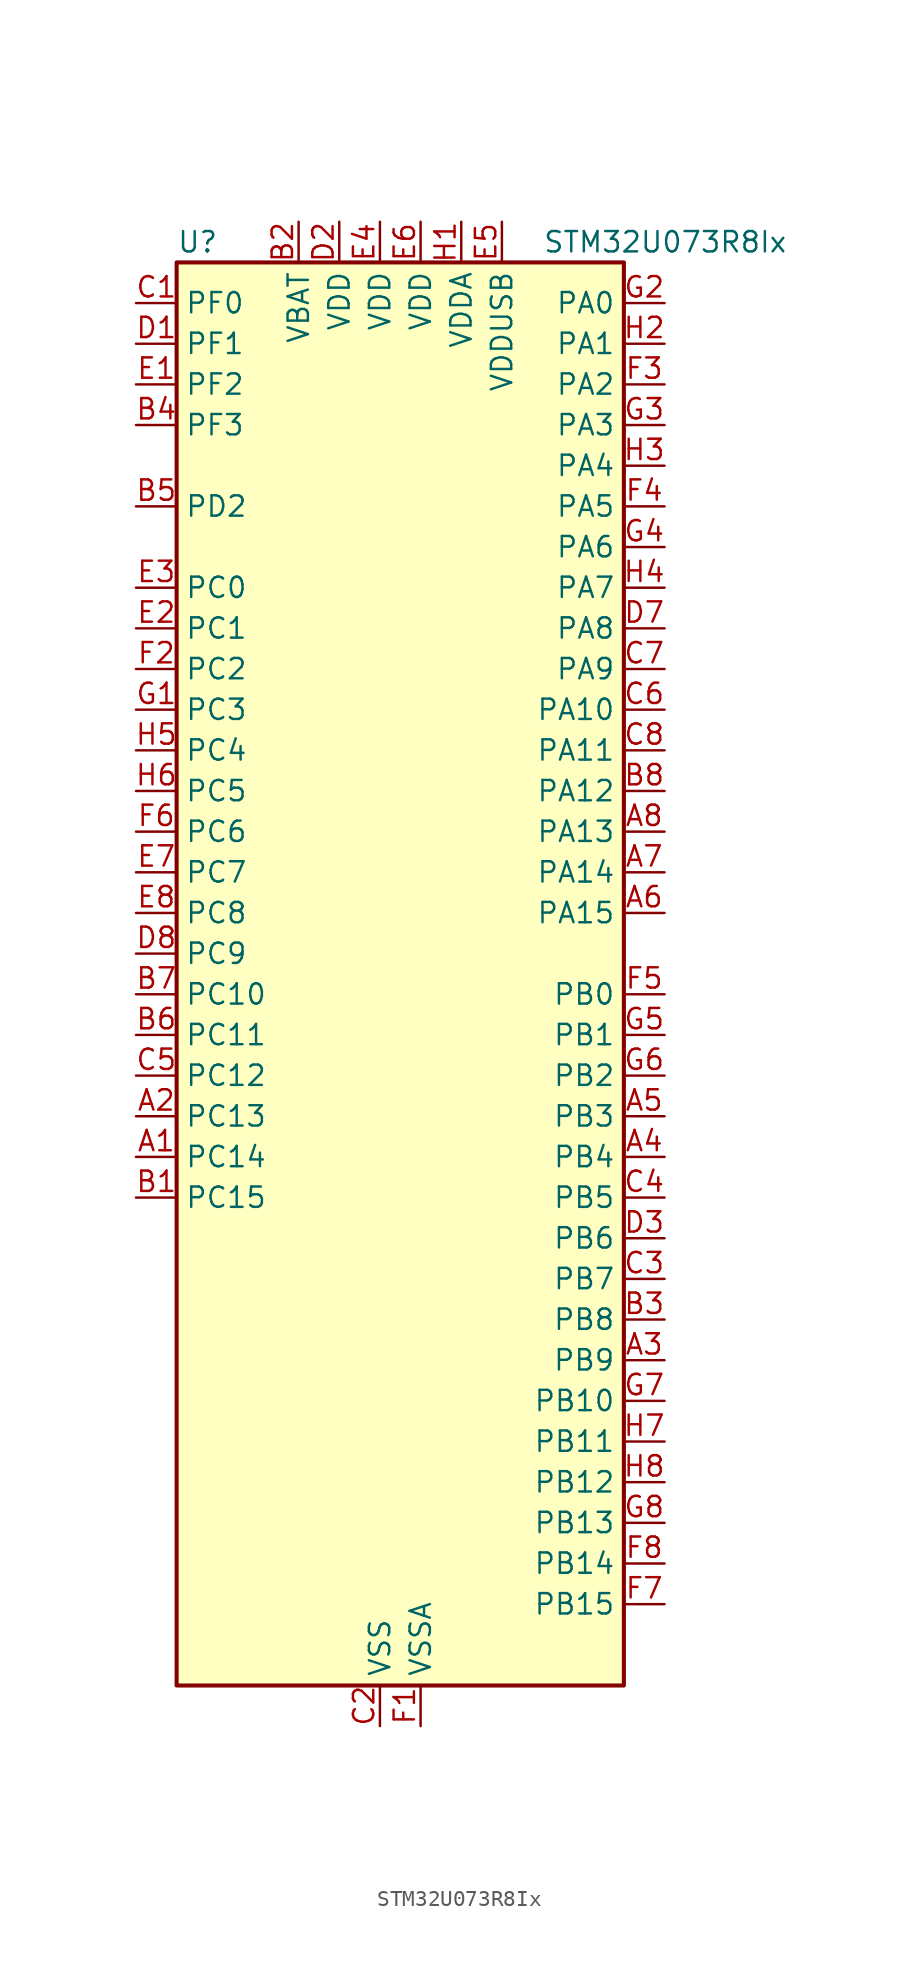
<source format=kicad_sym>
(kicad_symbol_lib
  (version 20231120)
  (generator "kicad_symbol_editor")
  (generator_version "8.99")
  (symbol "STM32U073R8Ix"
    (property "Reference" "U"
      (at -12.7 46.99 0)
      (effects (font (size 1.27 1.27)) (justify left)))
    (property "Value" "STM32U073R8Ix"
      (at 10.16 46.99 0)
      (effects (font (size 1.27 1.27)) (justify left)))
    (property "ki_locked" ""
      (at 0 0 0)
      (effects (font (size 1.27 1.27))))
    (symbol "STM32U073R8Ix_0_1"
      (rectangle (start -12.7 -43.18) (end 15.24 45.72) (stroke (width 0.254) (type default)) (fill (type background))))
    (symbol "STM32U073R8Ix_1_1"
      (pin bidirectional line (at -15.24 -10.16 0) (length 2.54) (name "PC14" (effects (font (size 1.27 1.27)))) (number "A1" (effects (font (size 1.27 1.27)))) (alternate "RCC_OSC32_IN" bidirectional line))
      (pin bidirectional line (at -15.24 -7.62 0) (length 2.54) (name "PC13" (effects (font (size 1.27 1.27)))) (number "A2" (effects (font (size 1.27 1.27)))) (alternate "LPTIM1_CH3" bidirectional line) (alternate "LPTIM3_CH3" bidirectional line) (alternate "PWR_WKUP2" bidirectional line) (alternate "RTC_OUT1" bidirectional line) (alternate "RTC_TS" bidirectional line) (alternate "TAMP_IN1" bidirectional line))
      (pin bidirectional line (at 17.78 -22.86 180) (length 2.54) (name "PB9" (effects (font (size 1.27 1.27)))) (number "A3" (effects (font (size 1.27 1.27)))) (alternate "DAC1_EXTI9" bidirectional line) (alternate "I2C1_SDA" bidirectional line) (alternate "I2C2_SDA" bidirectional line) (alternate "IR_OUT" bidirectional line) (alternate "LCD_COM3" bidirectional line) (alternate "LPTIM1_CH4" bidirectional line) (alternate "LPTIM3_CH4" bidirectional line) (alternate "SPI2_NSS" bidirectional line) (alternate "USART3_RX" bidirectional line))
      (pin bidirectional line (at 17.78 -10.16 180) (length 2.54) (name "PB4" (effects (font (size 1.27 1.27)))) (number "A4" (effects (font (size 1.27 1.27)))) (alternate "COMP2_INP" bidirectional line) (alternate "I2C2_SDA" bidirectional line) (alternate "I2C3_SDA" bidirectional line) (alternate "LCD_SEG8" bidirectional line) (alternate "LPTIM1_CH4" bidirectional line) (alternate "LPUART3_DE" bidirectional line) (alternate "LPUART3_RTS" bidirectional line) (alternate "SPI1_MISO" bidirectional line) (alternate "SPI3_MISO" bidirectional line) (alternate "TIM3_CH1" bidirectional line) (alternate "TSC_G2_IO1" bidirectional line) (alternate "USART1_CTS" bidirectional line))
      (pin bidirectional line (at 17.78 -7.62 180) (length 2.54) (name "PB3" (effects (font (size 1.27 1.27)))) (number "A5" (effects (font (size 1.27 1.27)))) (alternate "COMP2_INM" bidirectional line) (alternate "DEBUG_JTDO-SWO" bidirectional line) (alternate "I2C2_SCL" bidirectional line) (alternate "I2C3_SCL" bidirectional line) (alternate "LCD_SEG7" bidirectional line) (alternate "LPTIM1_CH3" bidirectional line) (alternate "SPI1_SCK" bidirectional line) (alternate "SPI3_SCK" bidirectional line) (alternate "TIM2_CH2" bidirectional line) (alternate "USART1_DE" bidirectional line) (alternate "USART1_RTS" bidirectional line))
      (pin bidirectional line (at 17.78 5.08 180) (length 2.54) (name "PA15" (effects (font (size 1.27 1.27)))) (number "A6" (effects (font (size 1.27 1.27)))) (alternate "DEBUG_JTDI" bidirectional line) (alternate "LCD_SEG17" bidirectional line) (alternate "LPTIM3_CH3" bidirectional line) (alternate "LPTIM3_IN2" bidirectional line) (alternate "SPI1_NSS" bidirectional line) (alternate "SPI3_NSS" bidirectional line) (alternate "TIM2_CH1" bidirectional line) (alternate "TIM2_ETR" bidirectional line) (alternate "TSC_G3_IO1" bidirectional line) (alternate "USART2_RX" bidirectional line) (alternate "USART3_DE" bidirectional line) (alternate "USART3_RTS" bidirectional line) (alternate "USART4_DE" bidirectional line) (alternate "USART4_RTS" bidirectional line))
      (pin bidirectional line (at 17.78 7.62 180) (length 2.54) (name "PA14" (effects (font (size 1.27 1.27)))) (number "A7" (effects (font (size 1.27 1.27)))) (alternate "DEBUG_JTCK-SWCLK" bidirectional line) (alternate "LCD_SEG41" bidirectional line) (alternate "LPTIM1_CH1" bidirectional line) (alternate "TSC_G3_IO4" bidirectional line))
      (pin bidirectional line (at 17.78 10.16 180) (length 2.54) (name "PA13" (effects (font (size 1.27 1.27)))) (number "A8" (effects (font (size 1.27 1.27)))) (alternate "DEBUG_JTMS-SWDIO" bidirectional line) (alternate "IR_OUT" bidirectional line) (alternate "LCD_SEG40" bidirectional line) (alternate "TSC_G7_IO4" bidirectional line) (alternate "USB_NOE" bidirectional line))
      (pin bidirectional line (at -15.24 -12.7 0) (length 2.54) (name "PC15" (effects (font (size 1.27 1.27)))) (number "B1" (effects (font (size 1.27 1.27)))) (alternate "RCC_OSC32_EN" bidirectional line) (alternate "RCC_OSC32_OUT" bidirectional line) (alternate "RCC_OSC_EN" bidirectional line))
      (pin power_in line (at -5.08 48.26 270) (length 2.54) (name "VBAT" (effects (font (size 1.27 1.27)))) (number "B2" (effects (font (size 1.27 1.27)))))
      (pin bidirectional line (at 17.78 -20.32 180) (length 2.54) (name "PB8" (effects (font (size 1.27 1.27)))) (number "B3" (effects (font (size 1.27 1.27)))) (alternate "I2C1_SCL" bidirectional line) (alternate "I2C2_SCL" bidirectional line) (alternate "LCD_SEG16" bidirectional line) (alternate "LPTIM1_IN2" bidirectional line) (alternate "LPTIM3_IN2" bidirectional line) (alternate "TIM16_CH1" bidirectional line) (alternate "USART3_TX" bidirectional line))
      (pin bidirectional line (at -15.24 35.56 0) (length 2.54) (name "PF3" (effects (font (size 1.27 1.27)))) (number "B4" (effects (font (size 1.27 1.27)))))
      (pin bidirectional line (at -15.24 30.48 0) (length 2.54) (name "PD2" (effects (font (size 1.27 1.27)))) (number "B5" (effects (font (size 1.27 1.27)))) (alternate "LCD_COM7" bidirectional line) (alternate "LCD_SEG31" bidirectional line) (alternate "LCD_SEG51" bidirectional line) (alternate "TIM3_ETR" bidirectional line) (alternate "TSC_SYNC" bidirectional line) (alternate "USART3_DE" bidirectional line) (alternate "USART3_RTS" bidirectional line))
      (pin bidirectional line (at -15.24 -2.54 0) (length 2.54) (name "PC11" (effects (font (size 1.27 1.27)))) (number "B6" (effects (font (size 1.27 1.27)))) (alternate "ADC1_EXTI11" bidirectional line) (alternate "LCD_COM5" bidirectional line) (alternate "LCD_SEG29" bidirectional line) (alternate "LCD_SEG49" bidirectional line) (alternate "LPTIM3_IN1" bidirectional line) (alternate "SPI3_MISO" bidirectional line) (alternate "TSC_G3_IO3" bidirectional line) (alternate "USART3_RX" bidirectional line) (alternate "USART4_RX" bidirectional line))
      (pin bidirectional line (at -15.24 0 0) (length 2.54) (name "PC10" (effects (font (size 1.27 1.27)))) (number "B7" (effects (font (size 1.27 1.27)))) (alternate "LCD_COM4" bidirectional line) (alternate "LCD_SEG28" bidirectional line) (alternate "LCD_SEG48" bidirectional line) (alternate "LPTIM3_ETR" bidirectional line) (alternate "SPI3_SCK" bidirectional line) (alternate "TSC_G3_IO2" bidirectional line) (alternate "USART3_TX" bidirectional line) (alternate "USART4_TX" bidirectional line))
      (pin bidirectional line (at 17.78 12.7 180) (length 2.54) (name "PA12" (effects (font (size 1.27 1.27)))) (number "B8" (effects (font (size 1.27 1.27)))) (alternate "SPI1_MOSI" bidirectional line) (alternate "SPI2_MOSI" bidirectional line) (alternate "TIM1_ETR" bidirectional line) (alternate "USART1_DE" bidirectional line) (alternate "USART1_RTS" bidirectional line) (alternate "USB_DP" bidirectional line))
      (pin bidirectional line (at -15.24 43.18 0) (length 2.54) (name "PF0" (effects (font (size 1.27 1.27)))) (number "C1" (effects (font (size 1.27 1.27)))) (alternate "RCC_OSC_IN" bidirectional line))
      (pin power_in line (at 0 -45.72 90) (length 2.54) (name "VSS" (effects (font (size 1.27 1.27)))) (number "C2" (effects (font (size 1.27 1.27)))))
      (pin bidirectional line (at 17.78 -17.78 180) (length 2.54) (name "PB7" (effects (font (size 1.27 1.27)))) (number "C3" (effects (font (size 1.27 1.27)))) (alternate "COMP2_INM" bidirectional line) (alternate "I2C1_SDA" bidirectional line) (alternate "I2C2_SDA" bidirectional line) (alternate "I2C4_SDA" bidirectional line) (alternate "LCD_SEG21" bidirectional line) (alternate "LPTIM1_IN2" bidirectional line) (alternate "LPUART2_RX" bidirectional line) (alternate "LPUART3_RX" bidirectional line) (alternate "PWR_PVD_IN" bidirectional line) (alternate "TSC_G2_IO4" bidirectional line) (alternate "USART1_RX" bidirectional line) (alternate "USART4_CTS" bidirectional line))
      (pin bidirectional line (at 17.78 -12.7 180) (length 2.54) (name "PB5" (effects (font (size 1.27 1.27)))) (number "C4" (effects (font (size 1.27 1.27)))) (alternate "COMP2_OUT" bidirectional line) (alternate "LCD_SEG9" bidirectional line) (alternate "LPTIM1_IN1" bidirectional line) (alternate "LPUART3_CTS" bidirectional line) (alternate "SPI1_MOSI" bidirectional line) (alternate "SPI3_MOSI" bidirectional line) (alternate "TIM16_BKIN" bidirectional line) (alternate "TIM3_CH2" bidirectional line) (alternate "TSC_G2_IO2" bidirectional line) (alternate "USART1_CK" bidirectional line))
      (pin bidirectional line (at -15.24 -5.08 0) (length 2.54) (name "PC12" (effects (font (size 1.27 1.27)))) (number "C5" (effects (font (size 1.27 1.27)))) (alternate "LCD_COM6" bidirectional line) (alternate "LCD_SEG30" bidirectional line) (alternate "LCD_SEG50" bidirectional line) (alternate "LPTIM3_CH3" bidirectional line) (alternate "SPI3_MOSI" bidirectional line) (alternate "USART3_CK" bidirectional line) (alternate "USART4_CK" bidirectional line))
      (pin bidirectional line (at 17.78 17.78 180) (length 2.54) (name "PA10" (effects (font (size 1.27 1.27)))) (number "C6" (effects (font (size 1.27 1.27)))) (alternate "CRS_SYNC" bidirectional line) (alternate "I2C1_SDA" bidirectional line) (alternate "I2C2_SDA" bidirectional line) (alternate "LCD_COM2" bidirectional line) (alternate "RCC_MCO2" bidirectional line) (alternate "SPI2_NSS" bidirectional line) (alternate "TIM1_CH3" bidirectional line) (alternate "TSC_G7_IO3" bidirectional line) (alternate "USART1_RX" bidirectional line))
      (pin bidirectional line (at 17.78 20.32 180) (length 2.54) (name "PA9" (effects (font (size 1.27 1.27)))) (number "C7" (effects (font (size 1.27 1.27)))) (alternate "COMP1_INP" bidirectional line) (alternate "DAC1_EXTI9" bidirectional line) (alternate "I2C1_SCL" bidirectional line) (alternate "I2C2_SCL" bidirectional line) (alternate "LCD_COM1" bidirectional line) (alternate "RCC_MCO" bidirectional line) (alternate "TIM15_BKIN" bidirectional line) (alternate "TIM1_CH2" bidirectional line) (alternate "TSC_G7_IO2" bidirectional line) (alternate "USART1_TX" bidirectional line))
      (pin bidirectional line (at 17.78 15.24 180) (length 2.54) (name "PA11" (effects (font (size 1.27 1.27)))) (number "C8" (effects (font (size 1.27 1.27)))) (alternate "ADC1_EXTI11" bidirectional line) (alternate "COMP1_OUT" bidirectional line) (alternate "SPI1_MISO" bidirectional line) (alternate "SPI2_MISO" bidirectional line) (alternate "TIM1_BKIN2" bidirectional line) (alternate "TIM1_CH4" bidirectional line) (alternate "USART1_CTS" bidirectional line) (alternate "USB_DM" bidirectional line))
      (pin bidirectional line (at -15.24 40.64 0) (length 2.54) (name "PF1" (effects (font (size 1.27 1.27)))) (number "D1" (effects (font (size 1.27 1.27)))) (alternate "RCC_OSC_EN" bidirectional line) (alternate "RCC_OSC_OUT" bidirectional line))
      (pin power_in line (at -2.54 48.26 270) (length 2.54) (name "VDD" (effects (font (size 1.27 1.27)))) (number "D2" (effects (font (size 1.27 1.27)))))
      (pin bidirectional line (at 17.78 -15.24 180) (length 2.54) (name "PB6" (effects (font (size 1.27 1.27)))) (number "D3" (effects (font (size 1.27 1.27)))) (alternate "COMP2_INP" bidirectional line) (alternate "I2C1_SCL" bidirectional line) (alternate "I2C2_SCL" bidirectional line) (alternate "I2C4_SCL" bidirectional line) (alternate "LPTIM1_ETR" bidirectional line) (alternate "LPUART2_TX" bidirectional line) (alternate "LPUART3_TX" bidirectional line) (alternate "TIM16_CH1N" bidirectional line) (alternate "TSC_G2_IO3" bidirectional line) (alternate "USART1_TX" bidirectional line))
      (pin passive line (at 0 -45.72 90) (length 2.54) hide (name "VSS" (effects (font (size 1.27 1.27)))) (number "D4" (effects (font (size 1.27 1.27)))))
      (pin passive line (at 0 -45.72 90) (length 2.54) hide (name "VSS" (effects (font (size 1.27 1.27)))) (number "D5" (effects (font (size 1.27 1.27)))))
      (pin passive line (at 0 -45.72 90) (length 2.54) hide (name "VSS" (effects (font (size 1.27 1.27)))) (number "D6" (effects (font (size 1.27 1.27)))))
      (pin bidirectional line (at 17.78 22.86 180) (length 2.54) (name "PA8" (effects (font (size 1.27 1.27)))) (number "D7" (effects (font (size 1.27 1.27)))) (alternate "LCD_COM0" bidirectional line) (alternate "LPTIM2_CH1" bidirectional line) (alternate "RCC_MCO" bidirectional line) (alternate "RCC_MCO2" bidirectional line) (alternate "TIM1_CH1" bidirectional line) (alternate "TSC_G7_IO1" bidirectional line) (alternate "USART1_CK" bidirectional line))
      (pin bidirectional line (at -15.24 2.54 0) (length 2.54) (name "PC9" (effects (font (size 1.27 1.27)))) (number "D8" (effects (font (size 1.27 1.27)))) (alternate "DAC1_EXTI9" bidirectional line) (alternate "LCD_SEG27" bidirectional line) (alternate "LPTIM3_CH2" bidirectional line) (alternate "TIM3_CH4" bidirectional line) (alternate "TSC_G4_IO4" bidirectional line) (alternate "USB_NOE" bidirectional line))
      (pin bidirectional line (at -15.24 38.1 0) (length 2.54) (name "PF2" (effects (font (size 1.27 1.27)))) (number "E1" (effects (font (size 1.27 1.27)))) (alternate "RCC_MCO" bidirectional line))
      (pin bidirectional line (at -15.24 22.86 0) (length 2.54) (name "PC1" (effects (font (size 1.27 1.27)))) (number "E2" (effects (font (size 1.27 1.27)))) (alternate "ADC1_IN1" bidirectional line) (alternate "I2C3_SDA" bidirectional line) (alternate "I2C4_SDA" bidirectional line) (alternate "LCD_BIAS2" bidirectional line) (alternate "LCD_SEG19" bidirectional line) (alternate "LPTIM1_CH1" bidirectional line) (alternate "LPUART1_TX" bidirectional line) (alternate "LPUART2_RX" bidirectional line))
      (pin bidirectional line (at -15.24 25.4 0) (length 2.54) (name "PC0" (effects (font (size 1.27 1.27)))) (number "E3" (effects (font (size 1.27 1.27)))) (alternate "ADC1_IN0" bidirectional line) (alternate "I2C3_SCL" bidirectional line) (alternate "I2C4_SCL" bidirectional line) (alternate "LCD_BIAS1" bidirectional line) (alternate "LCD_SEG18" bidirectional line) (alternate "LPTIM1_IN1" bidirectional line) (alternate "LPTIM2_IN1" bidirectional line) (alternate "LPUART1_RX" bidirectional line) (alternate "LPUART2_TX" bidirectional line))
      (pin power_in line (at 0 48.26 270) (length 2.54) (name "VDD" (effects (font (size 1.27 1.27)))) (number "E4" (effects (font (size 1.27 1.27)))))
      (pin power_in line (at 7.62 48.26 270) (length 2.54) (name "VDDUSB" (effects (font (size 1.27 1.27)))) (number "E5" (effects (font (size 1.27 1.27)))))
      (pin power_in line (at 2.54 48.26 270) (length 2.54) (name "VDD" (effects (font (size 1.27 1.27)))) (number "E6" (effects (font (size 1.27 1.27)))))
      (pin bidirectional line (at -15.24 7.62 0) (length 2.54) (name "PC7" (effects (font (size 1.27 1.27)))) (number "E7" (effects (font (size 1.27 1.27)))) (alternate "LCD_SEG25" bidirectional line) (alternate "LPTIM2_CH2" bidirectional line) (alternate "LPTIM3_CH4" bidirectional line) (alternate "LPUART2_RX" bidirectional line) (alternate "TIM3_CH2" bidirectional line) (alternate "TSC_G4_IO2" bidirectional line))
      (pin bidirectional line (at -15.24 5.08 0) (length 2.54) (name "PC8" (effects (font (size 1.27 1.27)))) (number "E8" (effects (font (size 1.27 1.27)))) (alternate "LCD_SEG26" bidirectional line) (alternate "LPTIM3_CH1" bidirectional line) (alternate "TIM3_CH3" bidirectional line) (alternate "TSC_G4_IO3" bidirectional line))
      (pin power_in line (at 2.54 -45.72 90) (length 2.54) (name "VSSA" (effects (font (size 1.27 1.27)))) (number "F1" (effects (font (size 1.27 1.27)))))
      (pin bidirectional line (at -15.24 20.32 0) (length 2.54) (name "PC2" (effects (font (size 1.27 1.27)))) (number "F2" (effects (font (size 1.27 1.27)))) (alternate "ADC1_IN2" bidirectional line) (alternate "LCD_BIAS3" bidirectional line) (alternate "LCD_SEG20" bidirectional line) (alternate "LPTIM1_IN2" bidirectional line) (alternate "RCC_MCO2" bidirectional line) (alternate "SPI2_MISO" bidirectional line))
      (pin bidirectional line (at 17.78 38.1 180) (length 2.54) (name "PA2" (effects (font (size 1.27 1.27)))) (number "F3" (effects (font (size 1.27 1.27)))) (alternate "ADC1_IN6" bidirectional line) (alternate "COMP2_INM" bidirectional line) (alternate "COMP2_OUT" bidirectional line) (alternate "LCD_SEG1" bidirectional line) (alternate "LPUART1_TX" bidirectional line) (alternate "PWR_WKUP4" bidirectional line) (alternate "RCC_LSCO" bidirectional line) (alternate "TIM15_CH1" bidirectional line) (alternate "TIM2_CH3" bidirectional line) (alternate "USART2_TX" bidirectional line))
      (pin bidirectional line (at 17.78 30.48 180) (length 2.54) (name "PA5" (effects (font (size 1.27 1.27)))) (number "F4" (effects (font (size 1.27 1.27)))) (alternate "ADC1_IN9" bidirectional line) (alternate "COMP1_INM" bidirectional line) (alternate "COMP2_INM" bidirectional line) (alternate "LCD_SEG44" bidirectional line) (alternate "LPTIM2_ETR" bidirectional line) (alternate "LPUART3_RX" bidirectional line) (alternate "SPI1_SCK" bidirectional line) (alternate "TIM2_CH1" bidirectional line) (alternate "TIM2_ETR" bidirectional line) (alternate "USART3_TX" bidirectional line))
      (pin bidirectional line (at 17.78 0 180) (length 2.54) (name "PB0" (effects (font (size 1.27 1.27)))) (number "F5" (effects (font (size 1.27 1.27)))) (alternate "ADC1_IN17" bidirectional line) (alternate "COMP1_OUT" bidirectional line) (alternate "LCD_SEG5" bidirectional line) (alternate "LPTIM3_CH1" bidirectional line) (alternate "LPUART2_CTS" bidirectional line) (alternate "SPI1_NSS" bidirectional line) (alternate "TIM1_CH2N" bidirectional line) (alternate "TIM3_CH3" bidirectional line) (alternate "TSC_G5_IO2" bidirectional line) (alternate "USART3_CK" bidirectional line))
      (pin bidirectional line (at -15.24 10.16 0) (length 2.54) (name "PC6" (effects (font (size 1.27 1.27)))) (number "F6" (effects (font (size 1.27 1.27)))) (alternate "COMP1_INP" bidirectional line) (alternate "LCD_SEG24" bidirectional line) (alternate "LPUART2_TX" bidirectional line) (alternate "TIM3_CH1" bidirectional line) (alternate "TSC_G4_IO1" bidirectional line))
      (pin bidirectional line (at 17.78 -38.1 180) (length 2.54) (name "PB15" (effects (font (size 1.27 1.27)))) (number "F7" (effects (font (size 1.27 1.27)))) (alternate "LCD_SEG15" bidirectional line) (alternate "PWR_WKUP7" bidirectional line) (alternate "RTC_REFIN" bidirectional line) (alternate "SPI2_MOSI" bidirectional line) (alternate "TAMP_IN3" bidirectional line) (alternate "TIM15_CH2" bidirectional line) (alternate "TIM1_CH3N" bidirectional line) (alternate "TSC_G1_IO4" bidirectional line))
      (pin bidirectional line (at 17.78 -35.56 180) (length 2.54) (name "PB14" (effects (font (size 1.27 1.27)))) (number "F8" (effects (font (size 1.27 1.27)))) (alternate "I2C2_SDA" bidirectional line) (alternate "LCD_SEG14" bidirectional line) (alternate "LPTIM3_ETR" bidirectional line) (alternate "SPI2_MISO" bidirectional line) (alternate "TIM15_CH1" bidirectional line) (alternate "TIM1_CH2N" bidirectional line) (alternate "TSC_G1_IO3" bidirectional line) (alternate "USART3_DE" bidirectional line) (alternate "USART3_RTS" bidirectional line))
      (pin bidirectional line (at -15.24 17.78 0) (length 2.54) (name "PC3" (effects (font (size 1.27 1.27)))) (number "G1" (effects (font (size 1.27 1.27)))) (alternate "ADC1_IN3" bidirectional line) (alternate "LPTIM1_ETR" bidirectional line) (alternate "LPTIM2_ETR" bidirectional line) (alternate "LPTIM3_CH1" bidirectional line) (alternate "SPI2_MOSI" bidirectional line) (alternate "USART4_CK" bidirectional line))
      (pin bidirectional line (at 17.78 43.18 180) (length 2.54) (name "PA0" (effects (font (size 1.27 1.27)))) (number "G2" (effects (font (size 1.27 1.27)))) (alternate "ADC1_IN4" bidirectional line) (alternate "COMP1_INM" bidirectional line) (alternate "COMP1_OUT" bidirectional line) (alternate "LCD_SEG42" bidirectional line) (alternate "OPAMP1_VINP" bidirectional line) (alternate "PWR_WKUP1" bidirectional line) (alternate "TAMP_IN2" bidirectional line) (alternate "TIM2_CH1" bidirectional line) (alternate "TIM2_ETR" bidirectional line) (alternate "USART2_CTS" bidirectional line) (alternate "USART4_TX" bidirectional line))
      (pin bidirectional line (at 17.78 35.56 180) (length 2.54) (name "PA3" (effects (font (size 1.27 1.27)))) (number "G3" (effects (font (size 1.27 1.27)))) (alternate "ADC1_IN7" bidirectional line) (alternate "COMP2_INP" bidirectional line) (alternate "LCD_SEG2" bidirectional line) (alternate "LPUART1_RX" bidirectional line) (alternate "OPAMP1_VOUT" bidirectional line) (alternate "TIM15_CH2" bidirectional line) (alternate "TIM2_CH4" bidirectional line) (alternate "USART2_RX" bidirectional line))
      (pin bidirectional line (at 17.78 27.94 180) (length 2.54) (name "PA6" (effects (font (size 1.27 1.27)))) (number "G4" (effects (font (size 1.27 1.27)))) (alternate "ADC1_IN10" bidirectional line) (alternate "COMP1_OUT" bidirectional line) (alternate "I2C2_SDA" bidirectional line) (alternate "I2C3_SDA" bidirectional line) (alternate "LCD_SEG3" bidirectional line) (alternate "LPUART1_CTS" bidirectional line) (alternate "SPI1_MISO" bidirectional line) (alternate "TIM16_CH1" bidirectional line) (alternate "TIM1_BKIN" bidirectional line) (alternate "TIM3_CH1" bidirectional line) (alternate "TSC_G5_IO1" bidirectional line) (alternate "USART3_CTS" bidirectional line))
      (pin bidirectional line (at 17.78 -2.54 180) (length 2.54) (name "PB1" (effects (font (size 1.27 1.27)))) (number "G5" (effects (font (size 1.27 1.27)))) (alternate "ADC1_IN18" bidirectional line) (alternate "COMP1_INM" bidirectional line) (alternate "LCD_SEG6" bidirectional line) (alternate "LPTIM2_IN1" bidirectional line) (alternate "LPTIM3_CH2" bidirectional line) (alternate "LPUART1_DE" bidirectional line) (alternate "LPUART1_RTS" bidirectional line) (alternate "LPUART2_DE" bidirectional line) (alternate "LPUART2_RTS" bidirectional line) (alternate "TIM1_CH3N" bidirectional line) (alternate "TIM3_CH4" bidirectional line) (alternate "TSC_SYNC" bidirectional line) (alternate "USART3_DE" bidirectional line) (alternate "USART3_RTS" bidirectional line))
      (pin bidirectional line (at 17.78 -5.08 180) (length 2.54) (name "PB2" (effects (font (size 1.27 1.27)))) (number "G6" (effects (font (size 1.27 1.27)))) (alternate "COMP1_INP" bidirectional line) (alternate "LPTIM1_CH1" bidirectional line) (alternate "RTC_OUT2" bidirectional line))
      (pin bidirectional line (at 17.78 -25.4 180) (length 2.54) (name "PB10" (effects (font (size 1.27 1.27)))) (number "G7" (effects (font (size 1.27 1.27)))) (alternate "COMP1_OUT" bidirectional line) (alternate "I2C2_SCL" bidirectional line) (alternate "I2C4_SCL" bidirectional line) (alternate "LCD_SEG10" bidirectional line) (alternate "LPTIM3_CH1" bidirectional line) (alternate "LPUART1_RX" bidirectional line) (alternate "LPUART2_RX" bidirectional line) (alternate "SPI2_SCK" bidirectional line) (alternate "TIM2_CH3" bidirectional line) (alternate "TSC_G5_IO3" bidirectional line) (alternate "USART3_TX" bidirectional line))
      (pin bidirectional line (at 17.78 -33.02 180) (length 2.54) (name "PB13" (effects (font (size 1.27 1.27)))) (number "G8" (effects (font (size 1.27 1.27)))) (alternate "I2C2_SCL" bidirectional line) (alternate "LCD_SEG13" bidirectional line) (alternate "LPTIM3_IN1" bidirectional line) (alternate "LPUART1_CTS" bidirectional line) (alternate "SPI2_SCK" bidirectional line) (alternate "TIM15_CH1N" bidirectional line) (alternate "TIM1_CH1N" bidirectional line) (alternate "TSC_G1_IO2" bidirectional line) (alternate "USART3_CTS" bidirectional line))
      (pin power_in line (at 5.08 48.26 270) (length 2.54) (name "VDDA" (effects (font (size 1.27 1.27)))) (number "H1" (effects (font (size 1.27 1.27)))))
      (pin bidirectional line (at 17.78 40.64 180) (length 2.54) (name "PA1" (effects (font (size 1.27 1.27)))) (number "H2" (effects (font (size 1.27 1.27)))) (alternate "ADC1_IN5" bidirectional line) (alternate "COMP1_INP" bidirectional line) (alternate "LCD_SEG0" bidirectional line) (alternate "LPTIM1_CH2" bidirectional line) (alternate "OPAMP1_VINM" bidirectional line) (alternate "PWR_WKUP3" bidirectional line) (alternate "SPI1_SCK" bidirectional line) (alternate "SPI2_SCK" bidirectional line) (alternate "TAMP_IN5" bidirectional line) (alternate "TIM15_CH1N" bidirectional line) (alternate "TIM2_CH2" bidirectional line) (alternate "USART2_DE" bidirectional line) (alternate "USART2_RTS" bidirectional line) (alternate "USART4_RX" bidirectional line))
      (pin bidirectional line (at 17.78 33.02 180) (length 2.54) (name "PA4" (effects (font (size 1.27 1.27)))) (number "H3" (effects (font (size 1.27 1.27)))) (alternate "ADC1_IN8" bidirectional line) (alternate "COMP1_INM" bidirectional line) (alternate "COMP2_INM" bidirectional line) (alternate "DAC1_OUT1" bidirectional line) (alternate "LCD_SEG43" bidirectional line) (alternate "LPTIM2_CH1" bidirectional line) (alternate "LPUART3_TX" bidirectional line) (alternate "SPI1_NSS" bidirectional line) (alternate "SPI3_NSS" bidirectional line) (alternate "USART2_CK" bidirectional line))
      (pin bidirectional line (at 17.78 25.4 180) (length 2.54) (name "PA7" (effects (font (size 1.27 1.27)))) (number "H4" (effects (font (size 1.27 1.27)))) (alternate "ADC1_IN14" bidirectional line) (alternate "COMP2_OUT" bidirectional line) (alternate "I2C2_SCL" bidirectional line) (alternate "I2C3_SCL" bidirectional line) (alternate "LCD_SEG4" bidirectional line) (alternate "LPTIM2_CH2" bidirectional line) (alternate "SPI1_MOSI" bidirectional line) (alternate "TIM1_CH1N" bidirectional line) (alternate "TIM3_CH2" bidirectional line) (alternate "USART3_RX" bidirectional line))
      (pin bidirectional line (at -15.24 15.24 0) (length 2.54) (name "PC4" (effects (font (size 1.27 1.27)))) (number "H5" (effects (font (size 1.27 1.27)))) (alternate "ADC1_IN15" bidirectional line) (alternate "COMP1_INM" bidirectional line) (alternate "LCD_SEG22" bidirectional line) (alternate "LPUART3_TX" bidirectional line) (alternate "USART3_TX" bidirectional line))
      (pin bidirectional line (at -15.24 12.7 0) (length 2.54) (name "PC5" (effects (font (size 1.27 1.27)))) (number "H6" (effects (font (size 1.27 1.27)))) (alternate "ADC1_IN16" bidirectional line) (alternate "COMP1_INP" bidirectional line) (alternate "LCD_SEG23" bidirectional line) (alternate "LPTIM3_CH3" bidirectional line) (alternate "LPUART3_RX" bidirectional line) (alternate "PWR_WKUP5" bidirectional line) (alternate "TAMP_IN4" bidirectional line) (alternate "USART3_RX" bidirectional line))
      (pin bidirectional line (at 17.78 -27.94 180) (length 2.54) (name "PB11" (effects (font (size 1.27 1.27)))) (number "H7" (effects (font (size 1.27 1.27)))) (alternate "ADC1_EXTI11" bidirectional line) (alternate "COMP2_OUT" bidirectional line) (alternate "I2C2_SDA" bidirectional line) (alternate "I2C4_SDA" bidirectional line) (alternate "LCD_SEG11" bidirectional line) (alternate "LPUART1_TX" bidirectional line) (alternate "LPUART2_TX" bidirectional line) (alternate "TIM2_CH4" bidirectional line) (alternate "TSC_G5_IO4" bidirectional line) (alternate "USART3_RX" bidirectional line))
      (pin bidirectional line (at 17.78 -30.48 180) (length 2.54) (name "PB12" (effects (font (size 1.27 1.27)))) (number "H8" (effects (font (size 1.27 1.27)))) (alternate "LCD_SEG12" bidirectional line) (alternate "LPUART1_DE" bidirectional line) (alternate "LPUART1_RTS" bidirectional line) (alternate "SPI2_NSS" bidirectional line) (alternate "TIM15_BKIN" bidirectional line) (alternate "TIM1_BKIN" bidirectional line) (alternate "TSC_G1_IO1" bidirectional line) (alternate "USART3_CK" bidirectional line)))))
</source>
